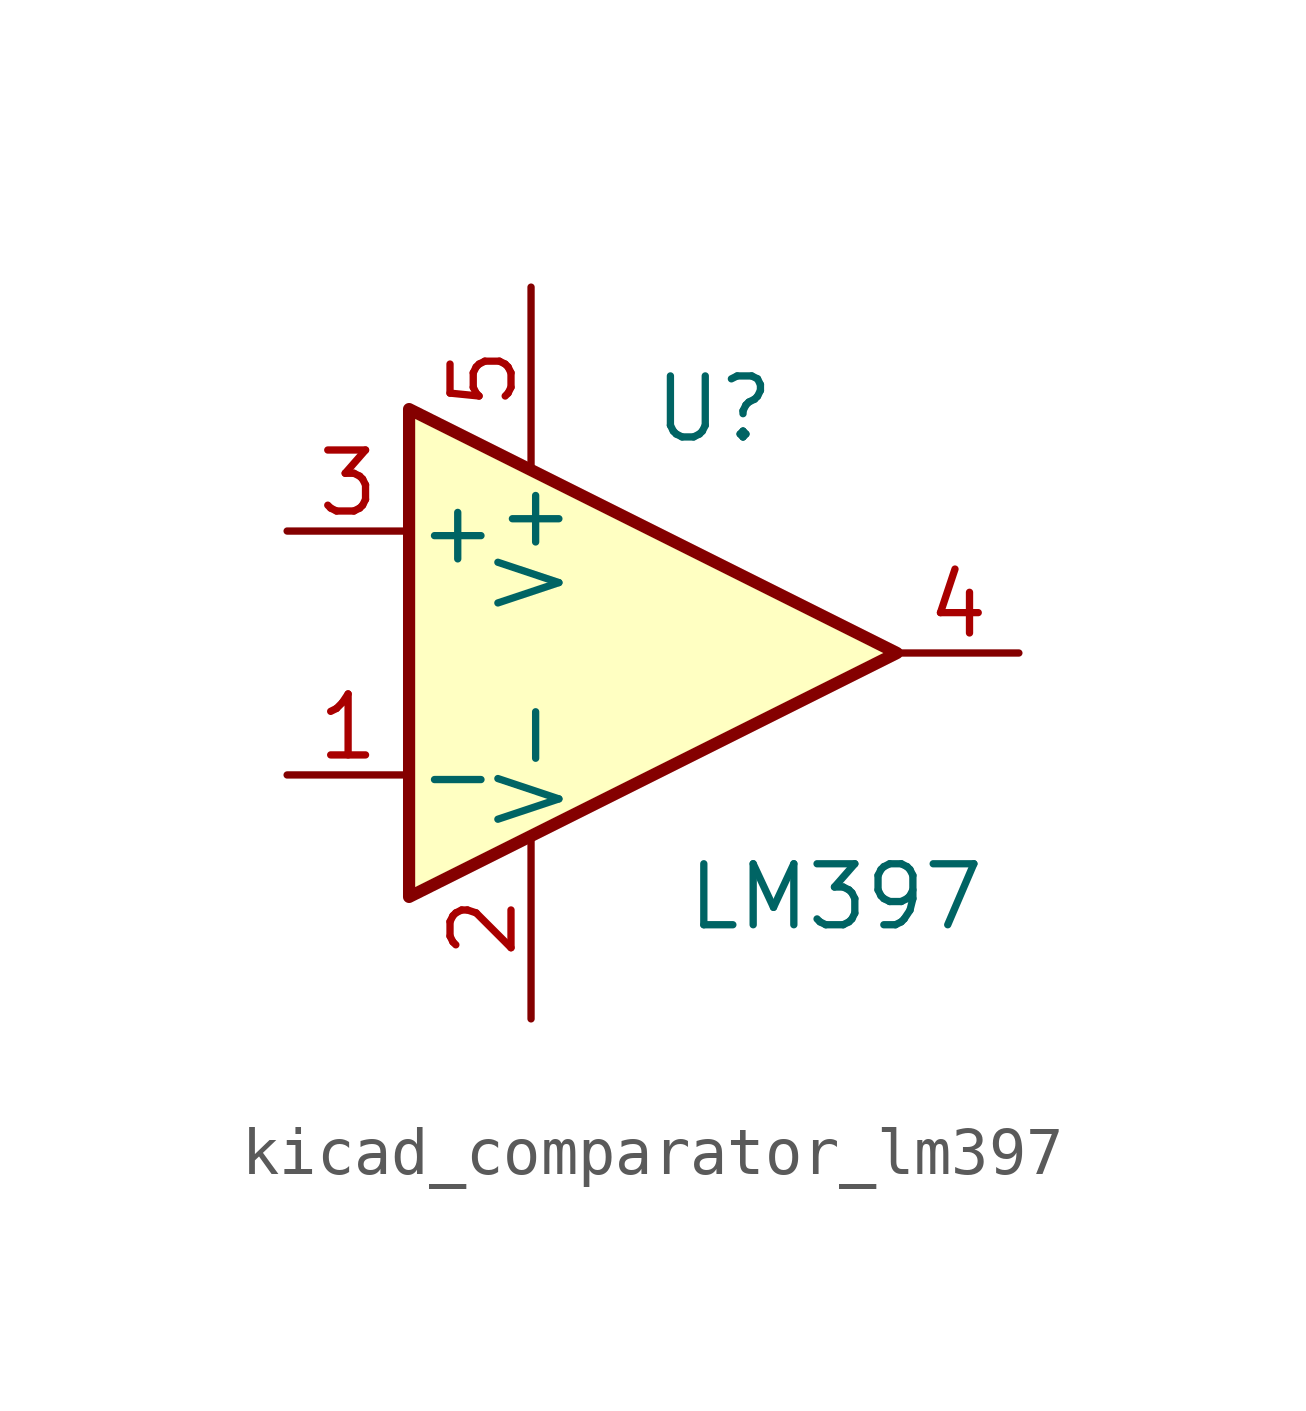
<source format=kicad_sym>
(kicad_symbol_lib
  (version 20220914)
  (generator kicad_symbol_editor)
  (symbol "kicad_comparator_lm397"
    (pin_names
      (offset 0.127))
    (property "Reference" "U"
      (at 1.27 5.08 0)
      (effects (font (size 1.27 1.27))))
    (property "Value" "LM397"
      (at 3.81 -5.08 0)
      (effects (font (size 1.27 1.27))))
    (symbol "kicad_comparator_lm397_0_1"
      (polyline (pts (xy -5.08 5.08) (xy 5.08 0) (xy -5.08 -5.08) (xy -5.08 5.08)) (stroke (width 0.254) (type default)) (fill (type background))))
    (symbol "kicad_comparator_lm397_1_1"
      (pin input line (at -7.62 -2.54 0) (length 2.54) (name "-" (effects (font (size 1.27 1.27)))) (number "1" (effects (font (size 1.27 1.27)))))
      (pin power_in line (at -2.54 -7.62 90) (length 3.81) (name "V-" (effects (font (size 1.27 1.27)))) (number "2" (effects (font (size 1.27 1.27)))))
      (pin input line (at -7.62 2.54 0) (length 2.54) (name "+" (effects (font (size 1.27 1.27)))) (number "3" (effects (font (size 1.27 1.27)))))
      (pin open_collector line (at 7.62 0 180) (length 2.54) (name "~" (effects (font (size 1.27 1.27)))) (number "4" (effects (font (size 1.27 1.27)))))
      (pin power_in line (at -2.54 7.62 270) (length 3.81) (name "V+" (effects (font (size 1.27 1.27)))) (number "5" (effects (font (size 1.27 1.27))))))))
</source>
